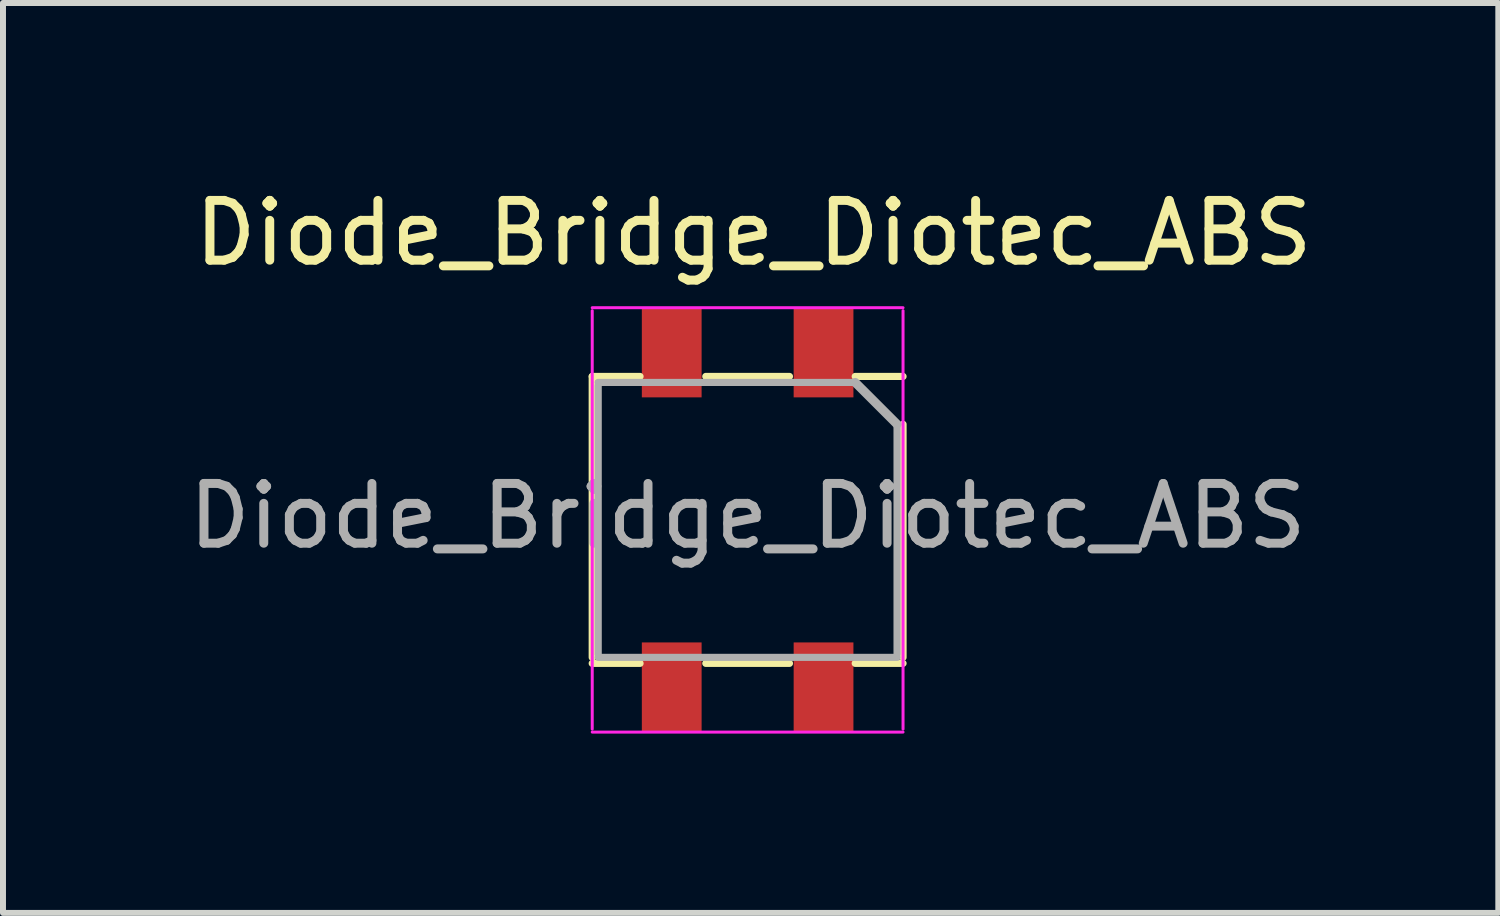
<source format=kicad_pcb>
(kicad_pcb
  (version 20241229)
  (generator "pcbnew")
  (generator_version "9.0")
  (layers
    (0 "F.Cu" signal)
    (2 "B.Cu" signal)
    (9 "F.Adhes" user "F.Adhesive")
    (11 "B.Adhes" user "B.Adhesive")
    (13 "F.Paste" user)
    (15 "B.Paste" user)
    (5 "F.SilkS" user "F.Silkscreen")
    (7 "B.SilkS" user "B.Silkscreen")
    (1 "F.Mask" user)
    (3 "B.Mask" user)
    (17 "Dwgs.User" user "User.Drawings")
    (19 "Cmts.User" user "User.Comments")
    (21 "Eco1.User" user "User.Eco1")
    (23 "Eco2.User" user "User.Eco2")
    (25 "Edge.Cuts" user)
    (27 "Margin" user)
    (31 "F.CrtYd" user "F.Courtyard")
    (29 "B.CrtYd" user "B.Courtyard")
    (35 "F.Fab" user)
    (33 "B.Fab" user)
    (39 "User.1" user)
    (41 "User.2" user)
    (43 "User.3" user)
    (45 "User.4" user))
  (footprint "Diode_Bridge_Diotec_ABS"
    (layer "F.Cu")
    (at 9.458 5.648)
    (property "Reference" "Diode_Bridge_Diotec_ABS" (at 0.1 -4.8 0) (layer "F.SilkS") (effects (font (size 1 1) (thickness 0.15))))
    (attr smd)
    (fp_line (start -2.6 2.3) (end -2.6 -2.4) (stroke (width 0.12) (type solid)) (layer "F.SilkS"))
    (fp_line (start -1.8 -2.4) (end -2.6 -2.4) (stroke (width 0.12) (type solid)) (layer "F.SilkS"))
    (fp_line (start -1.8 2.4) (end -2.6 2.4) (stroke (width 0.12) (type solid)) (layer "F.SilkS"))
    (fp_line (start 0.7 -2.4) (end -0.7 -2.4) (stroke (width 0.12) (type solid)) (layer "F.SilkS"))
    (fp_line (start 0.7 2.4) (end -0.7 2.4) (stroke (width 0.12) (type solid)) (layer "F.SilkS"))
    (fp_line (start 2.6 -2.4) (end 1.8 -2.4) (stroke (width 0.12) (type solid)) (layer "F.SilkS"))
    (fp_line (start 2.6 -1.6) (end 2.6 2.3) (stroke (width 0.12) (type solid)) (layer "F.SilkS"))
    (fp_line (start 2.6 2.4) (end 1.8 2.4) (stroke (width 0.12) (type solid)) (layer "F.SilkS"))
    (fp_line (start -2.6 -3.55) (end 2.6 -3.55) (stroke (width 0.05) (type solid)) (layer "F.CrtYd"))
    (fp_line (start -2.6 -3.5) (end -2.6 3.5) (stroke (width 0.05) (type solid)) (layer "F.CrtYd"))
    (fp_line (start 2.6 3.5) (end 2.6 -3.5) (stroke (width 0.05) (type solid)) (layer "F.CrtYd"))
    (fp_line (start 2.6 3.55) (end -2.6 3.55) (stroke (width 0.05) (type solid)) (layer "F.CrtYd"))
    (fp_line (start -2.5 -2.25) (end -2.5 2.25) (stroke (width 0.12) (type solid)) (layer "F.Fab"))
    (fp_line (start -2.5 2.3) (end 2.5 2.3) (stroke (width 0.12) (type solid)) (layer "F.Fab"))
    (fp_line (start 1.8 -2.3) (end -2.5 -2.3) (stroke (width 0.12) (type solid)) (layer "F.Fab"))
    (fp_line (start 1.8 -2.3) (end 2.5 -1.6) (stroke (width 0.15) (type solid)) (layer "F.Fab"))
    (fp_line (start 2.5 -1.6) (end 2.5 2.25) (stroke (width 0.12) (type solid)) (layer "F.Fab"))
    (fp_text user "${REFERENCE}" (at 0 -0.065 0) (layer "F.Fab") (effects (font (size 1 1) (thickness 0.15))))
    (pad "1" smd rect (at 1.27 -2.8) (size 1 1.5) (layers "F.Cu" "F.Mask" "F.Paste"))
    (pad "2" smd rect (at 1.27 2.8 180) (size 1 1.5) (layers "F.Cu" "F.Mask" "F.Paste"))
    (pad "3" smd rect (at -1.27 -2.8) (size 1 1.5) (layers "F.Cu" "F.Mask" "F.Paste"))
    (pad "4" smd rect (at -1.27 2.8 180) (size 1 1.5) (layers "F.Cu" "F.Mask" "F.Paste")))
  (gr_rect
    (start -3 -3)
    (end 22.017 12.223)
    (stroke (width 0.1) (type default))
    (fill no)
    (layer "Edge.Cuts")))
</source>
